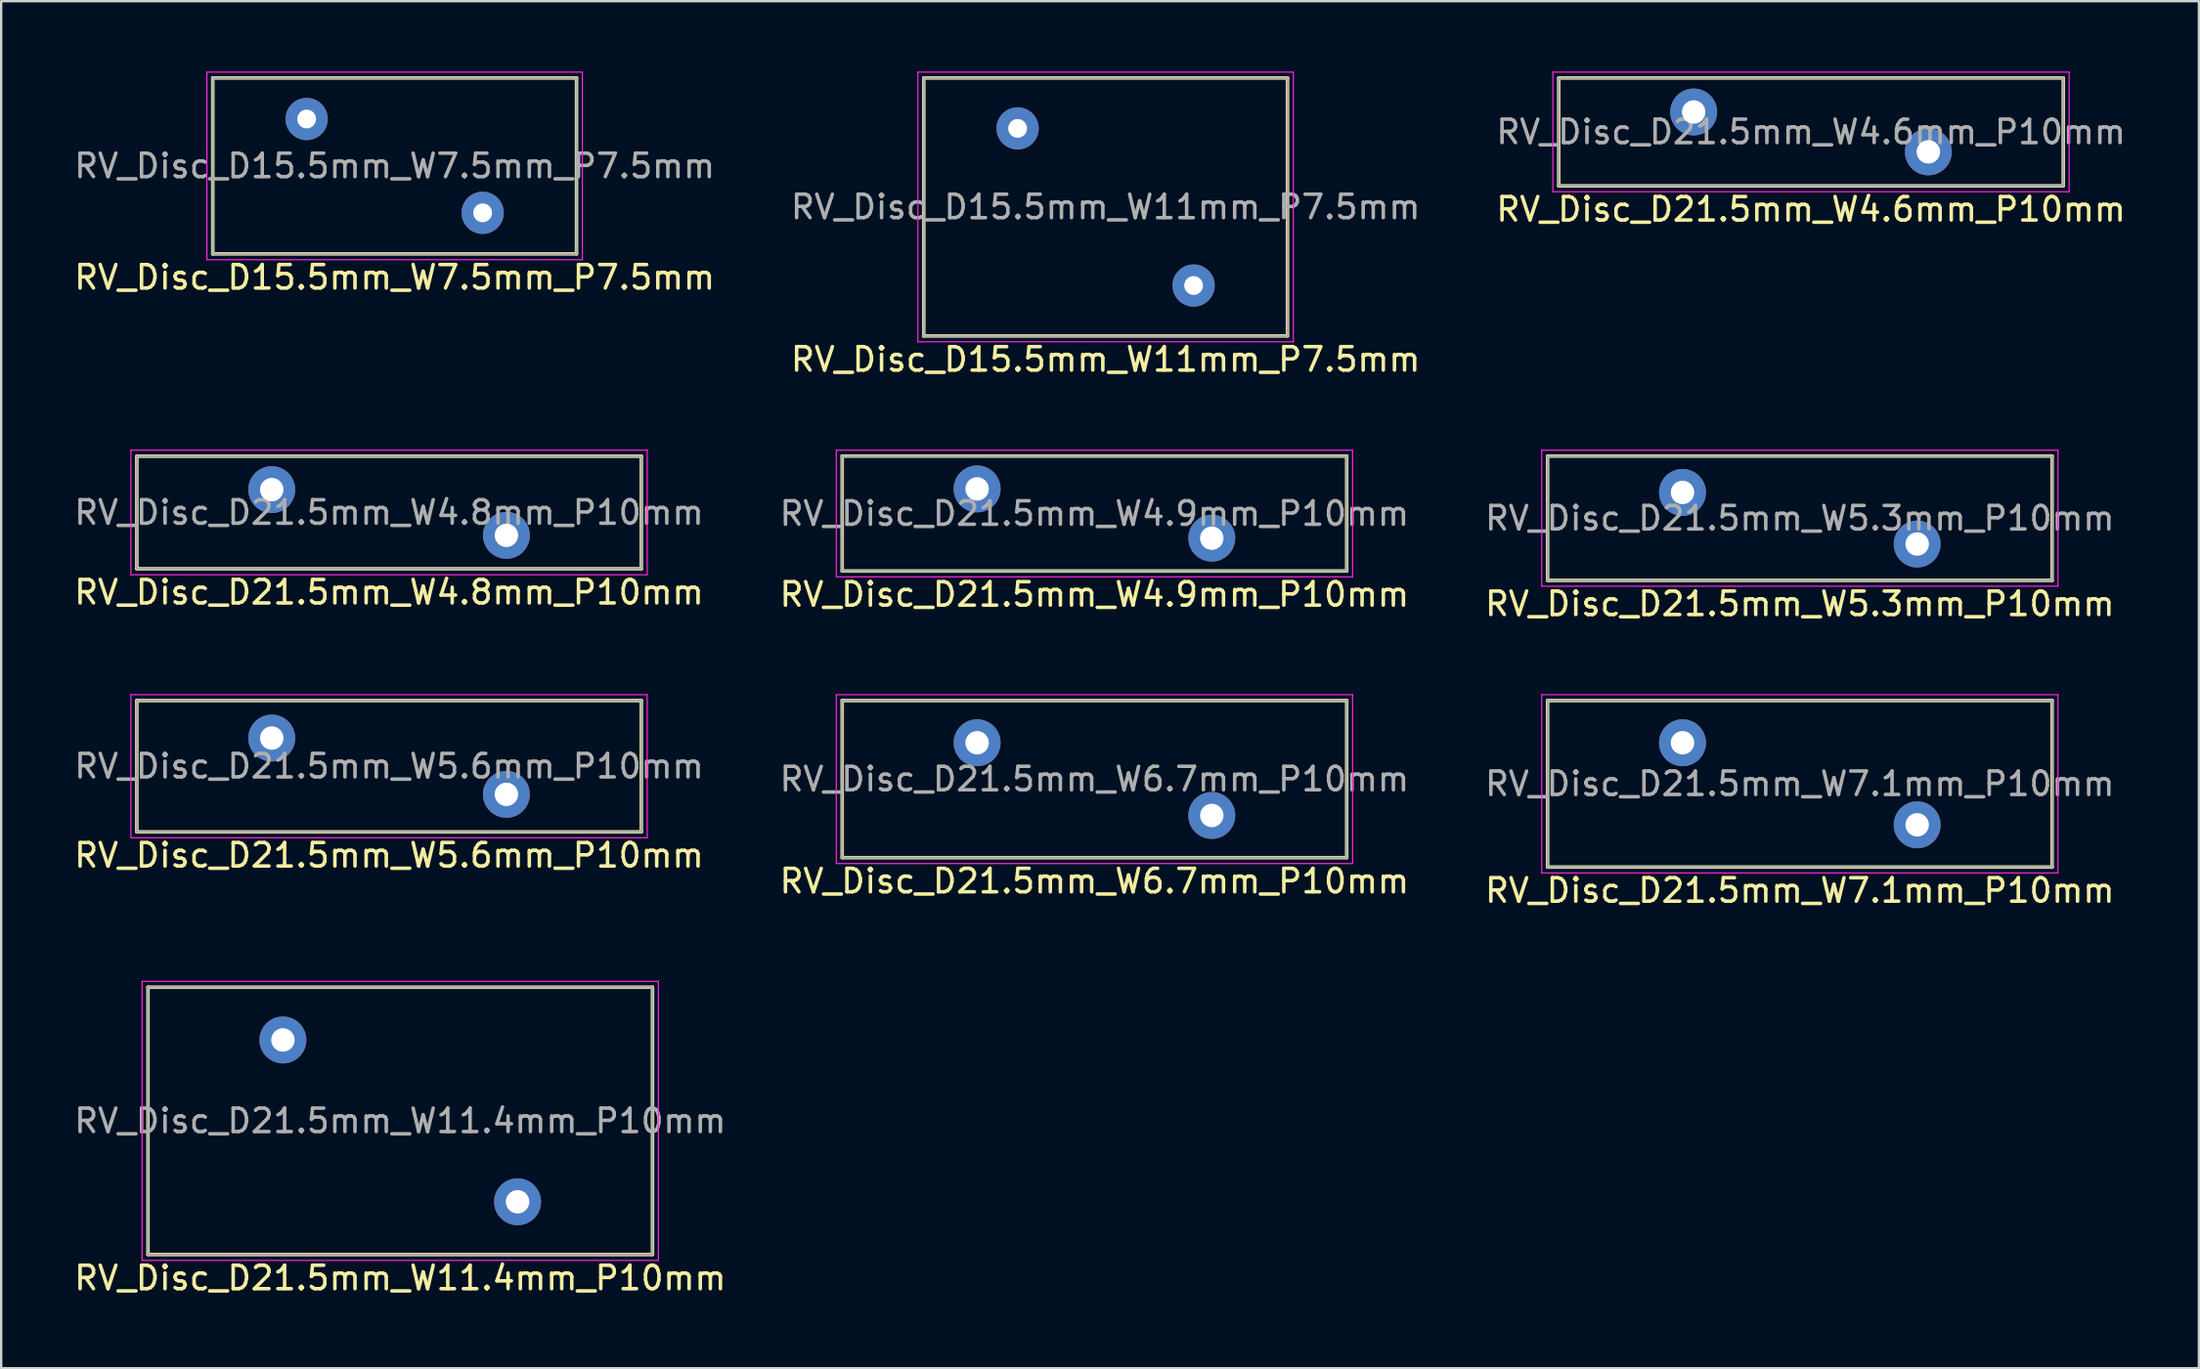
<source format=kicad_pcb>
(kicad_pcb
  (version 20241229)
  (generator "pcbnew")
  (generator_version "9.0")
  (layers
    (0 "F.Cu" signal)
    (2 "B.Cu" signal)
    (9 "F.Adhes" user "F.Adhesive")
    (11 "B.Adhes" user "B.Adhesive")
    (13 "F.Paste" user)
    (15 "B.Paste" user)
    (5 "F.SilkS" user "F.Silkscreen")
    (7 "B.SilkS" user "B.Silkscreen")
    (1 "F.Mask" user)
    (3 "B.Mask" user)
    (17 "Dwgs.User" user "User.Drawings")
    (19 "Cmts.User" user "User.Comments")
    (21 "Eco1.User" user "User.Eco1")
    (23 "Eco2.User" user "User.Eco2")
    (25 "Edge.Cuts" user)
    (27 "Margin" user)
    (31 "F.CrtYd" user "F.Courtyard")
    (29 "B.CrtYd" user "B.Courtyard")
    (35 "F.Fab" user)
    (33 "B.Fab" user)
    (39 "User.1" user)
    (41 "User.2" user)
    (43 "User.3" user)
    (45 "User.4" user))
  (footprint "RV_Disc_D15.5mm_W11mm_P7.5mm"
    (layer "F.Cu")
    (at 40.315 2.425)
    (property "Reference" "RV_Disc_D15.5mm_W11mm_P7.5mm" (at 3.75 9.85 0) (layer "F.SilkS") (effects (font (size 1 1) (thickness 0.15))))
    (attr through_hole)
    (fp_line (start -4 -2.15) (end -4 8.85) (stroke (width 0.15) (type solid)) (layer "F.SilkS"))
    (fp_line (start -4 -2.15) (end 11.5 -2.15) (stroke (width 0.15) (type solid)) (layer "F.SilkS"))
    (fp_line (start -4 8.85) (end 11.5 8.85) (stroke (width 0.15) (type solid)) (layer "F.SilkS"))
    (fp_line (start 11.5 -2.15) (end 11.5 8.85) (stroke (width 0.15) (type solid)) (layer "F.SilkS"))
    (fp_line (start -4.25 -2.4) (end -4.25 9.1) (stroke (width 0.05) (type solid)) (layer "F.CrtYd"))
    (fp_line (start -4.25 -2.4) (end 11.75 -2.4) (stroke (width 0.05) (type solid)) (layer "F.CrtYd"))
    (fp_line (start -4.25 9.1) (end 11.75 9.1) (stroke (width 0.05) (type solid)) (layer "F.CrtYd"))
    (fp_line (start 11.75 -2.4) (end 11.75 9.1) (stroke (width 0.05) (type solid)) (layer "F.CrtYd"))
    (fp_line (start -4 -2.15) (end -4 8.85) (stroke (width 0.1) (type solid)) (layer "F.Fab"))
    (fp_line (start -4 -2.15) (end 11.5 -2.15) (stroke (width 0.1) (type solid)) (layer "F.Fab"))
    (fp_line (start -4 8.85) (end 11.5 8.85) (stroke (width 0.1) (type solid)) (layer "F.Fab"))
    (fp_line (start 11.5 -2.15) (end 11.5 8.85) (stroke (width 0.1) (type solid)) (layer "F.Fab"))
    (fp_text user "${REFERENCE}" (at 3.75 3.35 0) (layer "F.Fab") (effects (font (size 1 1) (thickness 0.15))))
    (pad "1" thru_hole circle (at 0 0) (size 1.8 1.8) (drill 0.8) (layers "*.Cu" "*.Mask"))
    (pad "2" thru_hole circle (at 7.5 6.7) (size 1.8 1.8) (drill 0.8) (layers "*.Cu" "*.Mask")))
  (footprint "RV_Disc_D21.5mm_W4.8mm_P10mm"
    (layer "F.Cu")
    (at 8.53 17.828)
    (property "Reference" "RV_Disc_D21.5mm_W4.8mm_P10mm" (at 5 4.375 0) (layer "F.SilkS") (effects (font (size 1 1) (thickness 0.15))))
    (attr through_hole)
    (fp_line (start -5.75 -1.425) (end -5.75 3.375) (stroke (width 0.15) (type solid)) (layer "F.SilkS"))
    (fp_line (start -5.75 -1.425) (end 15.75 -1.425) (stroke (width 0.15) (type solid)) (layer "F.SilkS"))
    (fp_line (start -5.75 3.375) (end 15.75 3.375) (stroke (width 0.15) (type solid)) (layer "F.SilkS"))
    (fp_line (start 15.75 -1.425) (end 15.75 3.375) (stroke (width 0.15) (type solid)) (layer "F.SilkS"))
    (fp_line (start -6 -1.68) (end -6 3.63) (stroke (width 0.05) (type solid)) (layer "F.CrtYd"))
    (fp_line (start -6 -1.68) (end 16 -1.68) (stroke (width 0.05) (type solid)) (layer "F.CrtYd"))
    (fp_line (start -6 3.63) (end 16 3.63) (stroke (width 0.05) (type solid)) (layer "F.CrtYd"))
    (fp_line (start 16 -1.68) (end 16 3.63) (stroke (width 0.05) (type solid)) (layer "F.CrtYd"))
    (fp_line (start -5.75 -1.425) (end -5.75 3.375) (stroke (width 0.1) (type solid)) (layer "F.Fab"))
    (fp_line (start -5.75 -1.425) (end 15.75 -1.425) (stroke (width 0.1) (type solid)) (layer "F.Fab"))
    (fp_line (start -5.75 3.375) (end 15.75 3.375) (stroke (width 0.1) (type solid)) (layer "F.Fab"))
    (fp_line (start 15.75 -1.425) (end 15.75 3.375) (stroke (width 0.1) (type solid)) (layer "F.Fab"))
    (fp_text user "${REFERENCE}" (at 5 0.975 0) (layer "F.Fab") (effects (font (size 1 1) (thickness 0.15))))
    (pad "1" thru_hole circle (at 0 0) (size 2 2) (drill 1) (layers "*.Cu" "*.Mask"))
    (pad "2" thru_hole circle (at 10 1.95) (size 2 2) (drill 1) (layers "*.Cu" "*.Mask")))
  (footprint "RV_Disc_D21.5mm_W4.6mm_P10mm"
    (layer "F.Cu")
    (at 69.125 1.725)
    (property "Reference" "RV_Disc_D21.5mm_W4.6mm_P10mm" (at 5 4.15 0) (layer "F.SilkS") (effects (font (size 1 1) (thickness 0.15))))
    (attr through_hole)
    (fp_line (start -5.75 -1.45) (end -5.75 3.15) (stroke (width 0.15) (type solid)) (layer "F.SilkS"))
    (fp_line (start -5.75 -1.45) (end 15.75 -1.45) (stroke (width 0.15) (type solid)) (layer "F.SilkS"))
    (fp_line (start -5.75 3.15) (end 15.75 3.15) (stroke (width 0.15) (type solid)) (layer "F.SilkS"))
    (fp_line (start 15.75 -1.45) (end 15.75 3.15) (stroke (width 0.15) (type solid)) (layer "F.SilkS"))
    (fp_line (start -6 -1.7) (end -6 3.4) (stroke (width 0.05) (type solid)) (layer "F.CrtYd"))
    (fp_line (start -6 -1.7) (end 16 -1.7) (stroke (width 0.05) (type solid)) (layer "F.CrtYd"))
    (fp_line (start -6 3.4) (end 16 3.4) (stroke (width 0.05) (type solid)) (layer "F.CrtYd"))
    (fp_line (start 16 -1.7) (end 16 3.4) (stroke (width 0.05) (type solid)) (layer "F.CrtYd"))
    (fp_line (start -5.75 -1.45) (end -5.75 3.15) (stroke (width 0.1) (type solid)) (layer "F.Fab"))
    (fp_line (start -5.75 -1.45) (end 15.75 -1.45) (stroke (width 0.1) (type solid)) (layer "F.Fab"))
    (fp_line (start -5.75 3.15) (end 15.75 3.15) (stroke (width 0.1) (type solid)) (layer "F.Fab"))
    (fp_line (start 15.75 -1.45) (end 15.75 3.15) (stroke (width 0.1) (type solid)) (layer "F.Fab"))
    (fp_text user "${REFERENCE}" (at 5 0.85 0) (layer "F.Fab") (effects (font (size 1 1) (thickness 0.15))))
    (pad "1" thru_hole circle (at 0 0) (size 2 2) (drill 1) (layers "*.Cu" "*.Mask"))
    (pad "2" thru_hole circle (at 10 1.7) (size 2 2) (drill 1) (layers "*.Cu" "*.Mask")))
  (footprint "RV_Disc_D21.5mm_W5.3mm_P10mm"
    (layer "F.Cu")
    (at 68.649 17.948)
    (property "Reference" "RV_Disc_D21.5mm_W5.3mm_P10mm" (at 5 4.75 0) (layer "F.SilkS") (effects (font (size 1 1) (thickness 0.15))))
    (attr through_hole)
    (fp_line (start -5.75 -1.55) (end -5.75 3.75) (stroke (width 0.15) (type solid)) (layer "F.SilkS"))
    (fp_line (start -5.75 -1.55) (end 15.75 -1.55) (stroke (width 0.15) (type solid)) (layer "F.SilkS"))
    (fp_line (start -5.75 3.75) (end 15.75 3.75) (stroke (width 0.15) (type solid)) (layer "F.SilkS"))
    (fp_line (start 15.75 -1.55) (end 15.75 3.75) (stroke (width 0.15) (type solid)) (layer "F.SilkS"))
    (fp_line (start -6 -1.8) (end -6 4) (stroke (width 0.05) (type solid)) (layer "F.CrtYd"))
    (fp_line (start -6 -1.8) (end 16 -1.8) (stroke (width 0.05) (type solid)) (layer "F.CrtYd"))
    (fp_line (start -6 4) (end 16 4) (stroke (width 0.05) (type solid)) (layer "F.CrtYd"))
    (fp_line (start 16 -1.8) (end 16 4) (stroke (width 0.05) (type solid)) (layer "F.CrtYd"))
    (fp_line (start -5.75 -1.55) (end -5.75 3.75) (stroke (width 0.1) (type solid)) (layer "F.Fab"))
    (fp_line (start -5.75 -1.55) (end 15.75 -1.55) (stroke (width 0.1) (type solid)) (layer "F.Fab"))
    (fp_line (start -5.75 3.75) (end 15.75 3.75) (stroke (width 0.1) (type solid)) (layer "F.Fab"))
    (fp_line (start 15.75 -1.55) (end 15.75 3.75) (stroke (width 0.1) (type solid)) (layer "F.Fab"))
    (fp_text user "${REFERENCE}" (at 5 1.1 0) (layer "F.Fab") (effects (font (size 1 1) (thickness 0.15))))
    (pad "1" thru_hole circle (at 0 0) (size 2 2) (drill 1) (layers "*.Cu" "*.Mask"))
    (pad "2" thru_hole circle (at 10 2.2) (size 2 2) (drill 1) (layers "*.Cu" "*.Mask")))
  (footprint "RV_Disc_D21.5mm_W11.4mm_P10mm"
    (layer "F.Cu")
    (at 9.006 41.295)
    (property "Reference" "RV_Disc_D21.5mm_W11.4mm_P10mm" (at 5 10.15 0) (layer "F.SilkS") (effects (font (size 1 1) (thickness 0.15))))
    (attr through_hole)
    (fp_line (start -5.75 -2.25) (end -5.75 9.15) (stroke (width 0.15) (type solid)) (layer "F.SilkS"))
    (fp_line (start -5.75 -2.25) (end 15.75 -2.25) (stroke (width 0.15) (type solid)) (layer "F.SilkS"))
    (fp_line (start -5.75 9.15) (end 15.75 9.15) (stroke (width 0.15) (type solid)) (layer "F.SilkS"))
    (fp_line (start 15.75 -2.25) (end 15.75 9.15) (stroke (width 0.15) (type solid)) (layer "F.SilkS"))
    (fp_line (start -6 -2.5) (end -6 9.4) (stroke (width 0.05) (type solid)) (layer "F.CrtYd"))
    (fp_line (start -6 -2.5) (end 16 -2.5) (stroke (width 0.05) (type solid)) (layer "F.CrtYd"))
    (fp_line (start -6 9.4) (end 16 9.4) (stroke (width 0.05) (type solid)) (layer "F.CrtYd"))
    (fp_line (start 16 -2.5) (end 16 9.4) (stroke (width 0.05) (type solid)) (layer "F.CrtYd"))
    (fp_line (start -5.75 -2.25) (end -5.75 9.15) (stroke (width 0.1) (type solid)) (layer "F.Fab"))
    (fp_line (start -5.75 -2.25) (end 15.75 -2.25) (stroke (width 0.1) (type solid)) (layer "F.Fab"))
    (fp_line (start -5.75 9.15) (end 15.75 9.15) (stroke (width 0.1) (type solid)) (layer "F.Fab"))
    (fp_line (start 15.75 -2.25) (end 15.75 9.15) (stroke (width 0.1) (type solid)) (layer "F.Fab"))
    (fp_text user "${REFERENCE}" (at 5 3.45 0) (layer "F.Fab") (effects (font (size 1 1) (thickness 0.15))))
    (pad "1" thru_hole circle (at 0 0) (size 2 2) (drill 1) (layers "*.Cu" "*.Mask"))
    (pad "2" thru_hole circle (at 10 6.9) (size 2 2) (drill 1) (layers "*.Cu" "*.Mask")))
  (footprint "RV_Disc_D21.5mm_W6.7mm_P10mm"
    (layer "F.Cu")
    (at 38.589 28.622)
    (property "Reference" "RV_Disc_D21.5mm_W6.7mm_P10mm" (at 5 5.9 0) (layer "F.SilkS") (effects (font (size 1 1) (thickness 0.15))))
    (attr through_hole)
    (fp_line (start -5.75 -1.8) (end -5.75 4.9) (stroke (width 0.15) (type solid)) (layer "F.SilkS"))
    (fp_line (start -5.75 -1.8) (end 15.75 -1.8) (stroke (width 0.15) (type solid)) (layer "F.SilkS"))
    (fp_line (start -5.75 4.9) (end 15.75 4.9) (stroke (width 0.15) (type solid)) (layer "F.SilkS"))
    (fp_line (start 15.75 -1.8) (end 15.75 4.9) (stroke (width 0.15) (type solid)) (layer "F.SilkS"))
    (fp_line (start -6 -2.05) (end -6 5.15) (stroke (width 0.05) (type solid)) (layer "F.CrtYd"))
    (fp_line (start -6 -2.05) (end 16 -2.05) (stroke (width 0.05) (type solid)) (layer "F.CrtYd"))
    (fp_line (start -6 5.15) (end 16 5.15) (stroke (width 0.05) (type solid)) (layer "F.CrtYd"))
    (fp_line (start 16 -2.05) (end 16 5.15) (stroke (width 0.05) (type solid)) (layer "F.CrtYd"))
    (fp_line (start -5.75 -1.8) (end -5.75 4.9) (stroke (width 0.1) (type solid)) (layer "F.Fab"))
    (fp_line (start -5.75 -1.8) (end 15.75 -1.8) (stroke (width 0.1) (type solid)) (layer "F.Fab"))
    (fp_line (start -5.75 4.9) (end 15.75 4.9) (stroke (width 0.1) (type solid)) (layer "F.Fab"))
    (fp_line (start 15.75 -1.8) (end 15.75 4.9) (stroke (width 0.1) (type solid)) (layer "F.Fab"))
    (fp_text user "${REFERENCE}" (at 5 1.55 0) (layer "F.Fab") (effects (font (size 1 1) (thickness 0.15))))
    (pad "1" thru_hole circle (at 0 0) (size 2 2) (drill 1) (layers "*.Cu" "*.Mask"))
    (pad "2" thru_hole circle (at 10 3.1) (size 2 2) (drill 1) (layers "*.Cu" "*.Mask")))
  (footprint "RV_Disc_D21.5mm_W5.6mm_P10mm"
    (layer "F.Cu")
    (at 8.53 28.422)
    (property "Reference" "RV_Disc_D21.5mm_W5.6mm_P10mm" (at 5 5 0) (layer "F.SilkS") (effects (font (size 1 1) (thickness 0.15))))
    (attr through_hole)
    (fp_line (start -5.75 -1.6) (end -5.75 4) (stroke (width 0.15) (type solid)) (layer "F.SilkS"))
    (fp_line (start -5.75 -1.6) (end 15.75 -1.6) (stroke (width 0.15) (type solid)) (layer "F.SilkS"))
    (fp_line (start -5.75 4) (end 15.75 4) (stroke (width 0.15) (type solid)) (layer "F.SilkS"))
    (fp_line (start 15.75 -1.6) (end 15.75 4) (stroke (width 0.15) (type solid)) (layer "F.SilkS"))
    (fp_line (start -6 -1.85) (end -6 4.25) (stroke (width 0.05) (type solid)) (layer "F.CrtYd"))
    (fp_line (start -6 -1.85) (end 16 -1.85) (stroke (width 0.05) (type solid)) (layer "F.CrtYd"))
    (fp_line (start -6 4.25) (end 16 4.25) (stroke (width 0.05) (type solid)) (layer "F.CrtYd"))
    (fp_line (start 16 -1.85) (end 16 4.25) (stroke (width 0.05) (type solid)) (layer "F.CrtYd"))
    (fp_line (start -5.75 -1.6) (end -5.75 4) (stroke (width 0.1) (type solid)) (layer "F.Fab"))
    (fp_line (start -5.75 -1.6) (end 15.75 -1.6) (stroke (width 0.1) (type solid)) (layer "F.Fab"))
    (fp_line (start -5.75 4) (end 15.75 4) (stroke (width 0.1) (type solid)) (layer "F.Fab"))
    (fp_line (start 15.75 -1.6) (end 15.75 4) (stroke (width 0.1) (type solid)) (layer "F.Fab"))
    (fp_text user "${REFERENCE}" (at 5 1.2 0) (layer "F.Fab") (effects (font (size 1 1) (thickness 0.15))))
    (pad "1" thru_hole circle (at 0 0) (size 2 2) (drill 1) (layers "*.Cu" "*.Mask"))
    (pad "2" thru_hole circle (at 10 2.4) (size 2 2) (drill 1) (layers "*.Cu" "*.Mask")))
  (footprint "RV_Disc_D21.5mm_W4.9mm_P10mm"
    (layer "F.Cu")
    (at 38.589 17.798)
    (property "Reference" "RV_Disc_D21.5mm_W4.9mm_P10mm" (at 5 4.5 0) (layer "F.SilkS") (effects (font (size 1 1) (thickness 0.15))))
    (attr through_hole)
    (fp_line (start -5.75 -1.4) (end -5.75 3.5) (stroke (width 0.15) (type solid)) (layer "F.SilkS"))
    (fp_line (start -5.75 -1.4) (end 15.75 -1.4) (stroke (width 0.15) (type solid)) (layer "F.SilkS"))
    (fp_line (start -5.75 3.5) (end 15.75 3.5) (stroke (width 0.15) (type solid)) (layer "F.SilkS"))
    (fp_line (start 15.75 -1.4) (end 15.75 3.5) (stroke (width 0.15) (type solid)) (layer "F.SilkS"))
    (fp_line (start -6 -1.65) (end -6 3.75) (stroke (width 0.05) (type solid)) (layer "F.CrtYd"))
    (fp_line (start -6 -1.65) (end 16 -1.65) (stroke (width 0.05) (type solid)) (layer "F.CrtYd"))
    (fp_line (start -6 3.75) (end 16 3.75) (stroke (width 0.05) (type solid)) (layer "F.CrtYd"))
    (fp_line (start 16 -1.65) (end 16 3.75) (stroke (width 0.05) (type solid)) (layer "F.CrtYd"))
    (fp_line (start -5.75 -1.4) (end -5.75 3.5) (stroke (width 0.1) (type solid)) (layer "F.Fab"))
    (fp_line (start -5.75 -1.4) (end 15.75 -1.4) (stroke (width 0.1) (type solid)) (layer "F.Fab"))
    (fp_line (start -5.75 3.5) (end 15.75 3.5) (stroke (width 0.1) (type solid)) (layer "F.Fab"))
    (fp_line (start 15.75 -1.4) (end 15.75 3.5) (stroke (width 0.1) (type solid)) (layer "F.Fab"))
    (fp_text user "${REFERENCE}" (at 5 1.05 0) (layer "F.Fab") (effects (font (size 1 1) (thickness 0.15))))
    (pad "1" thru_hole circle (at 0 0) (size 2 2) (drill 1) (layers "*.Cu" "*.Mask"))
    (pad "2" thru_hole circle (at 10 2.1) (size 2 2) (drill 1) (layers "*.Cu" "*.Mask")))
  (footprint "RV_Disc_D21.5mm_W7.1mm_P10mm"
    (layer "F.Cu")
    (at 68.649 28.622)
    (property "Reference" "RV_Disc_D21.5mm_W7.1mm_P10mm" (at 5 6.3 0) (layer "F.SilkS") (effects (font (size 1 1) (thickness 0.15))))
    (attr through_hole)
    (fp_line (start -5.75 -1.8) (end -5.75 5.3) (stroke (width 0.15) (type solid)) (layer "F.SilkS"))
    (fp_line (start -5.75 -1.8) (end 15.75 -1.8) (stroke (width 0.15) (type solid)) (layer "F.SilkS"))
    (fp_line (start -5.75 5.3) (end 15.75 5.3) (stroke (width 0.15) (type solid)) (layer "F.SilkS"))
    (fp_line (start 15.75 -1.8) (end 15.75 5.3) (stroke (width 0.15) (type solid)) (layer "F.SilkS"))
    (fp_line (start -6 -2.05) (end -6 5.55) (stroke (width 0.05) (type solid)) (layer "F.CrtYd"))
    (fp_line (start -6 -2.05) (end 16 -2.05) (stroke (width 0.05) (type solid)) (layer "F.CrtYd"))
    (fp_line (start -6 5.55) (end 16 5.55) (stroke (width 0.05) (type solid)) (layer "F.CrtYd"))
    (fp_line (start 16 -2.05) (end 16 5.55) (stroke (width 0.05) (type solid)) (layer "F.CrtYd"))
    (fp_line (start -5.75 -1.8) (end -5.75 5.3) (stroke (width 0.1) (type solid)) (layer "F.Fab"))
    (fp_line (start -5.75 -1.8) (end 15.75 -1.8) (stroke (width 0.1) (type solid)) (layer "F.Fab"))
    (fp_line (start -5.75 5.3) (end 15.75 5.3) (stroke (width 0.1) (type solid)) (layer "F.Fab"))
    (fp_line (start 15.75 -1.8) (end 15.75 5.3) (stroke (width 0.1) (type solid)) (layer "F.Fab"))
    (fp_text user "${REFERENCE}" (at 5 1.75 0) (layer "F.Fab") (effects (font (size 1 1) (thickness 0.15))))
    (pad "1" thru_hole circle (at 0 0) (size 2 2) (drill 1) (layers "*.Cu" "*.Mask"))
    (pad "2" thru_hole circle (at 10 3.5) (size 2 2) (drill 1) (layers "*.Cu" "*.Mask")))
  (footprint "RV_Disc_D15.5mm_W7.5mm_P7.5mm"
    (layer "F.Cu")
    (at 10.018 2.025)
    (property "Reference" "RV_Disc_D15.5mm_W7.5mm_P7.5mm" (at 3.75 6.75 0) (layer "F.SilkS") (effects (font (size 1 1) (thickness 0.15))))
    (attr through_hole)
    (fp_line (start -4 -1.75) (end -4 5.75) (stroke (width 0.15) (type solid)) (layer "F.SilkS"))
    (fp_line (start -4 -1.75) (end 11.5 -1.75) (stroke (width 0.15) (type solid)) (layer "F.SilkS"))
    (fp_line (start -4 5.75) (end 11.5 5.75) (stroke (width 0.15) (type solid)) (layer "F.SilkS"))
    (fp_line (start 11.5 -1.75) (end 11.5 5.75) (stroke (width 0.15) (type solid)) (layer "F.SilkS"))
    (fp_line (start -4.25 -2) (end -4.25 6) (stroke (width 0.05) (type solid)) (layer "F.CrtYd"))
    (fp_line (start -4.25 -2) (end 11.75 -2) (stroke (width 0.05) (type solid)) (layer "F.CrtYd"))
    (fp_line (start -4.25 6) (end 11.75 6) (stroke (width 0.05) (type solid)) (layer "F.CrtYd"))
    (fp_line (start 11.75 -2) (end 11.75 6) (stroke (width 0.05) (type solid)) (layer "F.CrtYd"))
    (fp_line (start -4 -1.75) (end -4 5.75) (stroke (width 0.1) (type solid)) (layer "F.Fab"))
    (fp_line (start -4 -1.75) (end 11.5 -1.75) (stroke (width 0.1) (type solid)) (layer "F.Fab"))
    (fp_line (start -4 5.75) (end 11.5 5.75) (stroke (width 0.1) (type solid)) (layer "F.Fab"))
    (fp_line (start 11.5 -1.75) (end 11.5 5.75) (stroke (width 0.1) (type solid)) (layer "F.Fab"))
    (fp_text user "${REFERENCE}" (at 3.75 2 0) (layer "F.Fab") (effects (font (size 1 1) (thickness 0.15))))
    (pad "1" thru_hole circle (at 0 0) (size 1.8 1.8) (drill 0.8) (layers "*.Cu" "*.Mask"))
    (pad "2" thru_hole circle (at 7.5 4) (size 1.8 1.8) (drill 0.8) (layers "*.Cu" "*.Mask")))
  (gr_rect
    (start -3 -3)
    (end 90.655 55.293)
    (stroke (width 0.1) (type default))
    (fill no)
    (layer "Edge.Cuts")))
</source>
